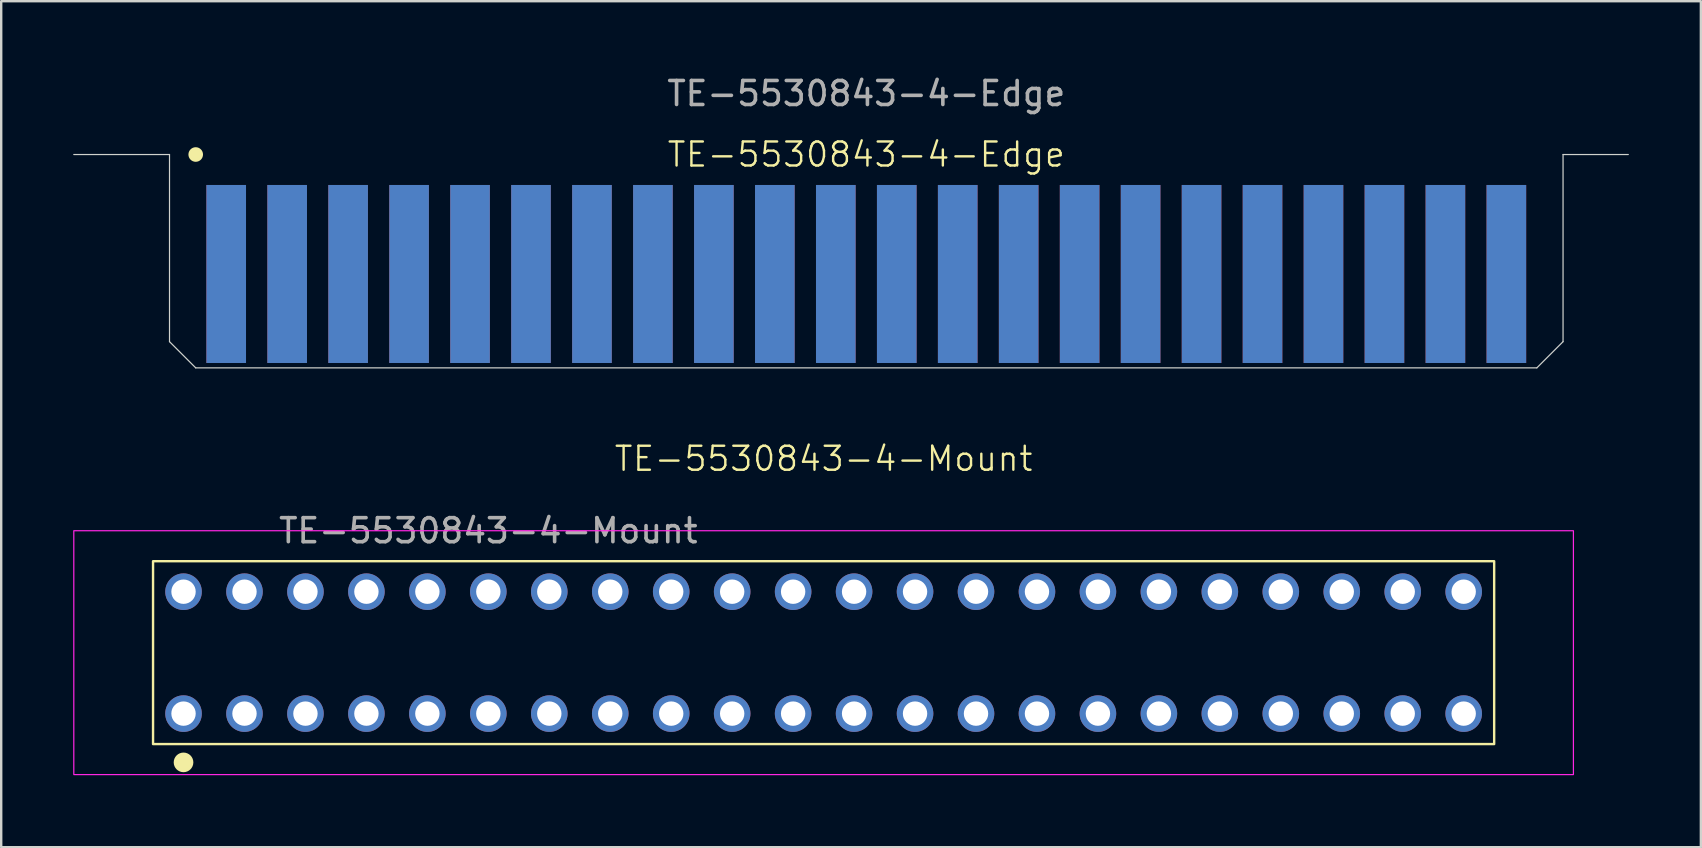
<source format=kicad_pcb>
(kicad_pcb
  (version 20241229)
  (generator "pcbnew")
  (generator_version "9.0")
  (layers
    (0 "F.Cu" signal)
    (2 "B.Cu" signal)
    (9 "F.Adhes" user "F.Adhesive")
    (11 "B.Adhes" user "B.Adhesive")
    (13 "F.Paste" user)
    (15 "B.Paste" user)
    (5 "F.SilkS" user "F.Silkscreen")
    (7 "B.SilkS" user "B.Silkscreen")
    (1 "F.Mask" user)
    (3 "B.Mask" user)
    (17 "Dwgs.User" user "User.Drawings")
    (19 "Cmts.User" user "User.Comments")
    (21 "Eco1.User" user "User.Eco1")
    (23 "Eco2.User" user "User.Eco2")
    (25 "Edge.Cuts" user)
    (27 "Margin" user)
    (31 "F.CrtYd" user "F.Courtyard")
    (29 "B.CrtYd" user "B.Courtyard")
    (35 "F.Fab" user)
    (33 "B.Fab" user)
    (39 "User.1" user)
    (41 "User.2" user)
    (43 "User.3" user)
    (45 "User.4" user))
  (footprint "TE-5530843-4-Mount"
    (layer "F.Cu")
    (at 31.267 24.144)
    (property "Reference" "TE-5530843-4-Mount" (at 0 -8.08 0) (unlocked yes) (layer "F.SilkS") (effects (font (size 1 1) (thickness 0.1))))
    (attr through_hole)
    (fp_rect (start -27.94 -3.81) (end 27.94 3.81) (stroke (width 0.1) (type default)) (fill no) (layer "F.SilkS"))
    (fp_circle (center -26.67 4.572) (end -26.311 4.572) (stroke (width 0.1) (type solid)) (fill yes) (layer "F.SilkS"))
    (fp_rect (start -31.242 -5.08) (end 31.242 5.08) (stroke (width 0.05) (type default)) (fill no) (layer "F.CrtYd"))
    (fp_text user "${REFERENCE}" (at -13.97 -5.08 0) (unlocked yes) (layer "F.Fab") (effects (font (size 1 1) (thickness 0.15))))
    (pad "A1" thru_hole circle (at -26.67 2.54) (size 1.524 1.524) (drill 1.016) (layers "*.Cu" "*.Mask"))
    (pad "A2" thru_hole circle (at -24.13 2.54) (size 1.524 1.524) (drill 1.016) (layers "*.Cu" "*.Mask"))
    (pad "A3" thru_hole circle (at -21.59 2.54) (size 1.524 1.524) (drill 1.016) (layers "*.Cu" "*.Mask"))
    (pad "A4" thru_hole circle (at -19.05 2.54) (size 1.524 1.524) (drill 1.016) (layers "*.Cu" "*.Mask"))
    (pad "A5" thru_hole circle (at -16.51 2.54) (size 1.524 1.524) (drill 1.016) (layers "*.Cu" "*.Mask"))
    (pad "A6" thru_hole circle (at -13.97 2.54) (size 1.524 1.524) (drill 1.016) (layers "*.Cu" "*.Mask"))
    (pad "A7" thru_hole circle (at -11.43 2.54) (size 1.524 1.524) (drill 1.016) (layers "*.Cu" "*.Mask"))
    (pad "A8" thru_hole circle (at -8.89 2.54) (size 1.524 1.524) (drill 1.016) (layers "*.Cu" "*.Mask"))
    (pad "A9" thru_hole circle (at -6.35 2.54) (size 1.524 1.524) (drill 1.016) (layers "*.Cu" "*.Mask"))
    (pad "A10" thru_hole circle (at -3.81 2.54) (size 1.524 1.524) (drill 1.016) (layers "*.Cu" "*.Mask"))
    (pad "A11" thru_hole circle (at -1.27 2.54) (size 1.524 1.524) (drill 1.016) (layers "*.Cu" "*.Mask"))
    (pad "A12" thru_hole circle (at 1.27 2.54) (size 1.524 1.524) (drill 1.016) (layers "*.Cu" "*.Mask"))
    (pad "A13" thru_hole circle (at 3.81 2.54) (size 1.524 1.524) (drill 1.016) (layers "*.Cu" "*.Mask"))
    (pad "A14" thru_hole circle (at 6.35 2.54) (size 1.524 1.524) (drill 1.016) (layers "*.Cu" "*.Mask"))
    (pad "A15" thru_hole circle (at 8.89 2.54) (size 1.524 1.524) (drill 1.016) (layers "*.Cu" "*.Mask"))
    (pad "A16" thru_hole circle (at 11.43 2.54) (size 1.524 1.524) (drill 1.016) (layers "*.Cu" "*.Mask"))
    (pad "A17" thru_hole circle (at 13.97 2.54) (size 1.524 1.524) (drill 1.016) (layers "*.Cu" "*.Mask"))
    (pad "A18" thru_hole circle (at 16.51 2.54) (size 1.524 1.524) (drill 1.016) (layers "*.Cu" "*.Mask"))
    (pad "A19" thru_hole circle (at 19.05 2.54) (size 1.524 1.524) (drill 1.016) (layers "*.Cu" "*.Mask"))
    (pad "A20" thru_hole circle (at 21.59 2.54) (size 1.524 1.524) (drill 1.016) (layers "*.Cu" "*.Mask"))
    (pad "A21" thru_hole circle (at 24.13 2.54) (size 1.524 1.524) (drill 1.016) (layers "*.Cu" "*.Mask"))
    (pad "A22" thru_hole circle (at 26.67 2.54) (size 1.524 1.524) (drill 1.016) (layers "*.Cu" "*.Mask"))
    (pad "B1" thru_hole circle (at -26.67 -2.54) (size 1.524 1.524) (drill 1.016) (layers "*.Cu" "*.Mask"))
    (pad "B2" thru_hole circle (at -24.13 -2.54) (size 1.524 1.524) (drill 1.016) (layers "*.Cu" "*.Mask"))
    (pad "B3" thru_hole circle (at -21.59 -2.54) (size 1.524 1.524) (drill 1.016) (layers "*.Cu" "*.Mask"))
    (pad "B4" thru_hole circle (at -19.05 -2.54) (size 1.524 1.524) (drill 1.016) (layers "*.Cu" "*.Mask"))
    (pad "B5" thru_hole circle (at -16.51 -2.54) (size 1.524 1.524) (drill 1.016) (layers "*.Cu" "*.Mask"))
    (pad "B6" thru_hole circle (at -13.97 -2.54) (size 1.524 1.524) (drill 1.016) (layers "*.Cu" "*.Mask"))
    (pad "B7" thru_hole circle (at -11.43 -2.54) (size 1.524 1.524) (drill 1.016) (layers "*.Cu" "*.Mask"))
    (pad "B8" thru_hole circle (at -8.89 -2.54) (size 1.524 1.524) (drill 1.016) (layers "*.Cu" "*.Mask"))
    (pad "B9" thru_hole circle (at -6.35 -2.54) (size 1.524 1.524) (drill 1.016) (layers "*.Cu" "*.Mask"))
    (pad "B10" thru_hole circle (at -3.81 -2.54) (size 1.524 1.524) (drill 1.016) (layers "*.Cu" "*.Mask"))
    (pad "B11" thru_hole circle (at -1.27 -2.54) (size 1.524 1.524) (drill 1.016) (layers "*.Cu" "*.Mask"))
    (pad "B12" thru_hole circle (at 1.27 -2.54) (size 1.524 1.524) (drill 1.016) (layers "*.Cu" "*.Mask"))
    (pad "B13" thru_hole circle (at 3.81 -2.54) (size 1.524 1.524) (drill 1.016) (layers "*.Cu" "*.Mask"))
    (pad "B14" thru_hole circle (at 6.35 -2.54) (size 1.524 1.524) (drill 1.016) (layers "*.Cu" "*.Mask"))
    (pad "B15" thru_hole circle (at 8.89 -2.54) (size 1.524 1.524) (drill 1.016) (layers "*.Cu" "*.Mask"))
    (pad "B16" thru_hole circle (at 11.43 -2.54) (size 1.524 1.524) (drill 1.016) (layers "*.Cu" "*.Mask"))
    (pad "B17" thru_hole circle (at 13.97 -2.54) (size 1.524 1.524) (drill 1.016) (layers "*.Cu" "*.Mask"))
    (pad "B18" thru_hole circle (at 16.51 -2.54) (size 1.524 1.524) (drill 1.016) (layers "*.Cu" "*.Mask"))
    (pad "B19" thru_hole circle (at 19.05 -2.54) (size 1.524 1.524) (drill 1.016) (layers "*.Cu" "*.Mask"))
    (pad "B20" thru_hole circle (at 21.59 -2.54) (size 1.524 1.524) (drill 1.016) (layers "*.Cu" "*.Mask"))
    (pad "B21" thru_hole circle (at 24.13 -2.54) (size 1.524 1.524) (drill 1.016) (layers "*.Cu" "*.Mask"))
    (pad "B22" thru_hole circle (at 26.67 -2.54) (size 1.524 1.524) (drill 1.016) (layers "*.Cu" "*.Mask")))
  (footprint "TE-5530843-4-Edge"
    (layer "F.Cu")
    (at 33.045 8.468)
    (property "Reference" "TE-5530843-4-Edge" (at 0 -5.08 0) (unlocked yes) (layer "F.SilkS") (effects (font (size 1 1) (thickness 0.1))))
    (attr smd)
    (fp_circle (center -27.94 -5.08) (end -27.686 -5.08) (stroke (width 0.1) (type solid)) (fill yes) (layer "F.SilkS"))
    (fp_line (start -29.032 -5.08) (end -33.02 -5.08) (stroke (width 0.05) (type default)) (layer "Edge.Cuts"))
    (fp_line (start -29.032 2.718) (end -29.032 -5.08) (stroke (width 0.05) (type default)) (layer "Edge.Cuts"))
    (fp_line (start -27.94 3.81) (end -29.032 2.718) (stroke (width 0.05) (type default)) (layer "Edge.Cuts"))
    (fp_line (start -27.94 3.81) (end 27.94 3.81) (stroke (width 0.05) (type default)) (layer "Edge.Cuts"))
    (fp_line (start 27.94 3.81) (end 29.032 2.718) (stroke (width 0.05) (type default)) (layer "Edge.Cuts"))
    (fp_line (start 29.032 -5.08) (end 29.032 2.718) (stroke (width 0.05) (type default)) (layer "Edge.Cuts"))
    (fp_line (start 31.75 -5.08) (end 29.032 -5.08) (stroke (width 0.05) (type default)) (layer "Edge.Cuts"))
    (fp_text user "${REFERENCE}" (at 0 -7.62 0) (unlocked yes) (layer "F.Fab") (effects (font (size 1 1) (thickness 0.15))))
    (pad "A1" smd rect (at -26.67 -0.102) (size 1.651 7.417) (layers "F.Cu" "F.Mask" "F.Paste"))
    (pad "A2" smd rect (at -24.13 -0.102) (size 1.651 7.417) (layers "F.Cu" "F.Mask" "F.Paste"))
    (pad "A3" smd rect (at -21.59 -0.102) (size 1.651 7.417) (layers "F.Cu" "F.Mask" "F.Paste"))
    (pad "A4" smd rect (at -19.05 -0.102) (size 1.651 7.417) (layers "F.Cu" "F.Mask" "F.Paste"))
    (pad "A5" smd rect (at -16.51 -0.102) (size 1.651 7.417) (layers "F.Cu" "F.Mask" "F.Paste"))
    (pad "A6" smd rect (at -13.97 -0.102) (size 1.651 7.417) (layers "F.Cu" "F.Mask" "F.Paste"))
    (pad "A7" smd rect (at -11.43 -0.102) (size 1.651 7.417) (layers "F.Cu" "F.Mask" "F.Paste"))
    (pad "A8" smd rect (at -8.89 -0.102) (size 1.651 7.417) (layers "F.Cu" "F.Mask" "F.Paste"))
    (pad "A9" smd rect (at -6.35 -0.102) (size 1.651 7.417) (layers "F.Cu" "F.Mask" "F.Paste"))
    (pad "A10" smd rect (at -3.81 -0.102) (size 1.651 7.417) (layers "F.Cu" "F.Mask" "F.Paste"))
    (pad "A11" smd rect (at -1.27 -0.102) (size 1.651 7.417) (layers "F.Cu" "F.Mask" "F.Paste"))
    (pad "A12" smd rect (at 1.27 -0.102) (size 1.651 7.417) (layers "F.Cu" "F.Mask" "F.Paste"))
    (pad "A13" smd rect (at 3.81 -0.102) (size 1.651 7.417) (layers "F.Cu" "F.Mask" "F.Paste"))
    (pad "A14" smd rect (at 6.35 -0.102) (size 1.651 7.417) (layers "F.Cu" "F.Mask" "F.Paste"))
    (pad "A15" smd rect (at 8.89 -0.102) (size 1.651 7.417) (layers "F.Cu" "F.Mask" "F.Paste"))
    (pad "A16" smd rect (at 11.43 -0.102) (size 1.651 7.417) (layers "F.Cu" "F.Mask" "F.Paste"))
    (pad "A17" smd rect (at 13.97 -0.102) (size 1.651 7.417) (layers "F.Cu" "F.Mask" "F.Paste"))
    (pad "A18" smd rect (at 16.51 -0.102) (size 1.651 7.417) (layers "F.Cu" "F.Mask" "F.Paste"))
    (pad "A19" smd rect (at 19.05 -0.102) (size 1.651 7.417) (layers "F.Cu" "F.Mask" "F.Paste"))
    (pad "A20" smd rect (at 21.59 -0.102) (size 1.651 7.417) (layers "F.Cu" "F.Mask" "F.Paste"))
    (pad "A21" smd rect (at 24.13 -0.102) (size 1.651 7.417) (layers "F.Cu" "F.Mask" "F.Paste"))
    (pad "A22" smd rect (at 26.67 -0.102) (size 1.651 7.417) (layers "F.Cu" "F.Mask" "F.Paste"))
    (pad "B1" smd rect (at -26.67 -0.102) (size 1.651 7.417) (layers "B.Cu" "B.Mask" "B.Paste"))
    (pad "B2" smd rect (at -24.13 -0.102) (size 1.651 7.417) (layers "B.Cu" "B.Mask" "B.Paste"))
    (pad "B3" smd rect (at -21.59 -0.102) (size 1.651 7.417) (layers "B.Cu" "B.Mask" "B.Paste"))
    (pad "B4" smd rect (at -19.05 -0.102) (size 1.651 7.417) (layers "B.Cu" "B.Mask" "B.Paste"))
    (pad "B5" smd rect (at -16.51 -0.102) (size 1.651 7.417) (layers "B.Cu" "B.Mask" "B.Paste"))
    (pad "B6" smd rect (at -13.97 -0.102) (size 1.651 7.417) (layers "B.Cu" "B.Mask" "B.Paste"))
    (pad "B7" smd rect (at -11.43 -0.102) (size 1.651 7.417) (layers "B.Cu" "B.Mask" "B.Paste"))
    (pad "B8" smd rect (at -8.89 -0.102) (size 1.651 7.417) (layers "B.Cu" "B.Mask" "B.Paste"))
    (pad "B9" smd rect (at -6.35 -0.102) (size 1.651 7.417) (layers "B.Cu" "B.Mask" "B.Paste"))
    (pad "B10" smd rect (at -3.81 -0.102) (size 1.651 7.417) (layers "B.Cu" "B.Mask" "B.Paste"))
    (pad "B11" smd rect (at -1.27 -0.102) (size 1.651 7.417) (layers "B.Cu" "B.Mask" "B.Paste"))
    (pad "B12" smd rect (at 1.27 -0.102) (size 1.651 7.417) (layers "B.Cu" "B.Mask" "B.Paste"))
    (pad "B13" smd rect (at 3.81 -0.102) (size 1.651 7.417) (layers "B.Cu" "B.Mask" "B.Paste"))
    (pad "B14" smd rect (at 6.35 -0.102) (size 1.651 7.417) (layers "B.Cu" "B.Mask" "B.Paste"))
    (pad "B15" smd rect (at 8.89 -0.102) (size 1.651 7.417) (layers "B.Cu" "B.Mask" "B.Paste"))
    (pad "B16" smd rect (at 11.43 -0.102) (size 1.651 7.417) (layers "B.Cu" "B.Mask" "B.Paste"))
    (pad "B17" smd rect (at 13.97 -0.102) (size 1.651 7.417) (layers "B.Cu" "B.Mask" "B.Paste"))
    (pad "B18" smd rect (at 16.51 -0.102) (size 1.651 7.417) (layers "B.Cu" "B.Mask" "B.Paste"))
    (pad "B19" smd rect (at 19.05 -0.102) (size 1.651 7.417) (layers "B.Cu" "B.Mask" "B.Paste"))
    (pad "B20" smd rect (at 21.59 -0.102) (size 1.651 7.417) (layers "B.Cu" "B.Mask" "B.Paste"))
    (pad "B21" smd rect (at 24.13 -0.102) (size 1.651 7.417) (layers "B.Cu" "B.Mask" "B.Paste"))
    (pad "B22" smd rect (at 26.67 -0.102) (size 1.651 7.417) (layers "B.Cu" "B.Mask" "B.Paste")))
  (gr_rect
    (start -3 -3)
    (end 67.82 32.249)
    (stroke (width 0.1) (type default))
    (fill no)
    (layer "Edge.Cuts")))
</source>
